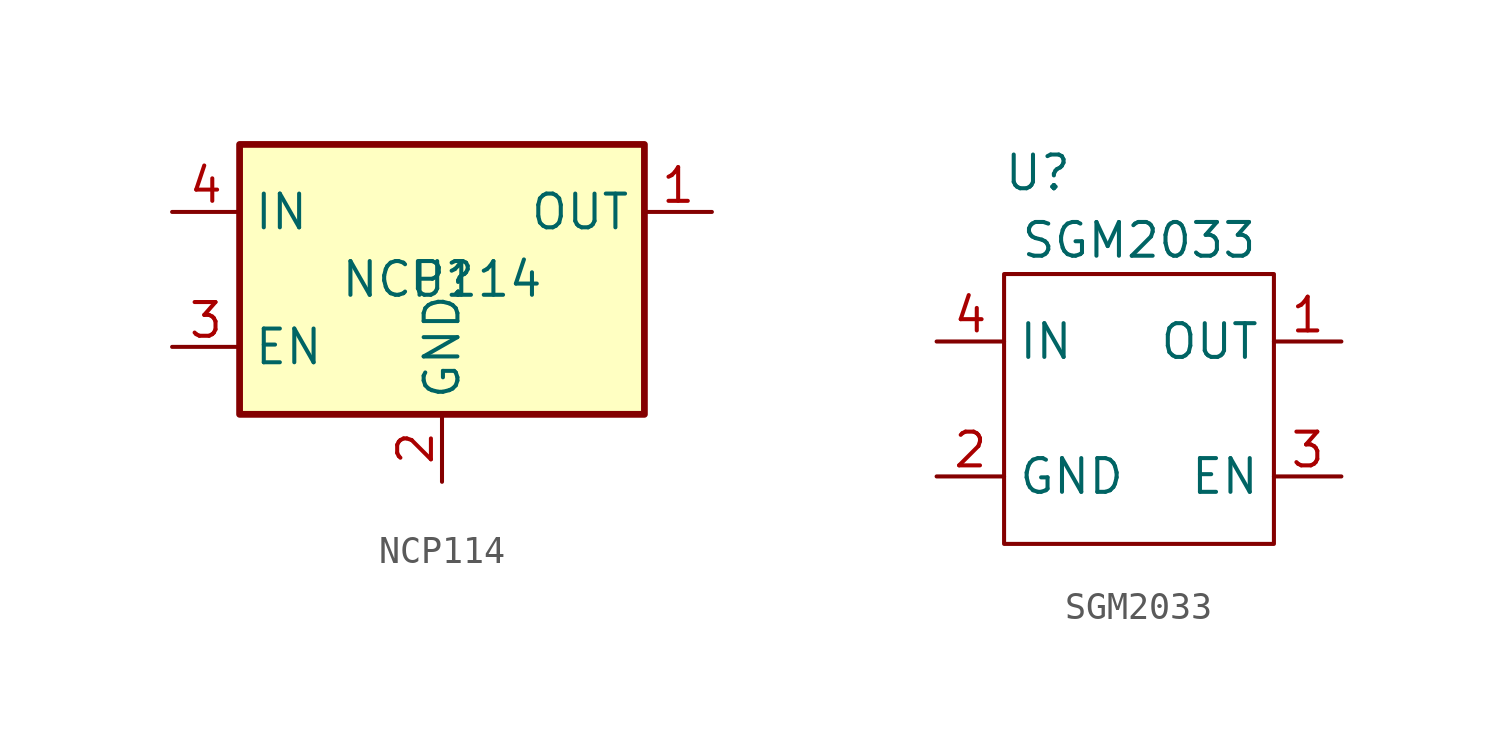
<source format=kicad_sym>
(kicad_symbol_lib
  (version 20231120)
  (generator "kicad_symbol_editor")
  (generator_version "8.0")
  (symbol "NCP114"
    (property "Reference" "U"
      (at 0 0 0)
      (effects (font (size 1.27 1.27))))
    (property "Value" "NCP114"
      (at 0 0 0)
      (effects (font (size 1.27 1.27))))
    (symbol "NCP114_0_0"
      (text "" (at 0 0 0) (effects (font (size 1.27 1.27)))))
    (symbol "NCP114_0_1"
      (rectangle (start -7.62 5.08) (end 7.62 -5.08) (stroke (width 0.254) (type default)) (fill (type background))))
    (symbol "NCP114_1_1"
      (pin power_out line (at 10.16 2.54 180) (length 2.54) (name "OUT" (effects (font (size 1.27 1.27)))) (number "1" (effects (font (size 1.27 1.27)))))
      (pin power_in line (at 0 -7.62 90) (length 2.54) (name "GND" (effects (font (size 1.27 1.27)))) (number "2" (effects (font (size 1.27 1.27)))))
      (pin input line (at -10.16 -2.54 0) (length 2.54) (name "EN" (effects (font (size 1.27 1.27)))) (number "3" (effects (font (size 1.27 1.27)))))
      (pin power_in line (at -10.16 2.54 0) (length 2.54) (name "IN" (effects (font (size 1.27 1.27)))) (number "4" (effects (font (size 1.27 1.27)))))
      (pin passive line (at 0 -7.62 90) (length 2.54) hide (name "GND" (effects (font (size 1.27 1.27)))) (number "5" (effects (font (size 1.27 1.27)))))))
  (symbol "SGM2033"
    (property "Reference" "U"
      (at -3.81 8.89 0)
      (effects (font (size 1.27 1.27))))
    (property "Value" "SGM2033"
      (at 0 6.35 0)
      (effects (font (size 1.27 1.27))))
    (symbol "SGM2033_0_1"
      (rectangle (start -5.08 5.08) (end 5.08 -5.08) (stroke (width 0) (type default)) (fill (type none))))
    (symbol "SGM2033_1_1"
      (pin power_out line (at 7.62 2.54 180) (length 2.54) (name "OUT" (effects (font (size 1.27 1.27)))) (number "1" (effects (font (size 1.27 1.27)))))
      (pin power_in line (at -7.62 -2.54 0) (length 2.54) (name "GND" (effects (font (size 1.27 1.27)))) (number "2" (effects (font (size 1.27 1.27)))))
      (pin input line (at 7.62 -2.54 180) (length 2.54) (name "EN" (effects (font (size 1.27 1.27)))) (number "3" (effects (font (size 1.27 1.27)))))
      (pin power_in line (at -7.62 2.54 0) (length 2.54) (name "IN" (effects (font (size 1.27 1.27)))) (number "4" (effects (font (size 1.27 1.27))))))))
</source>
